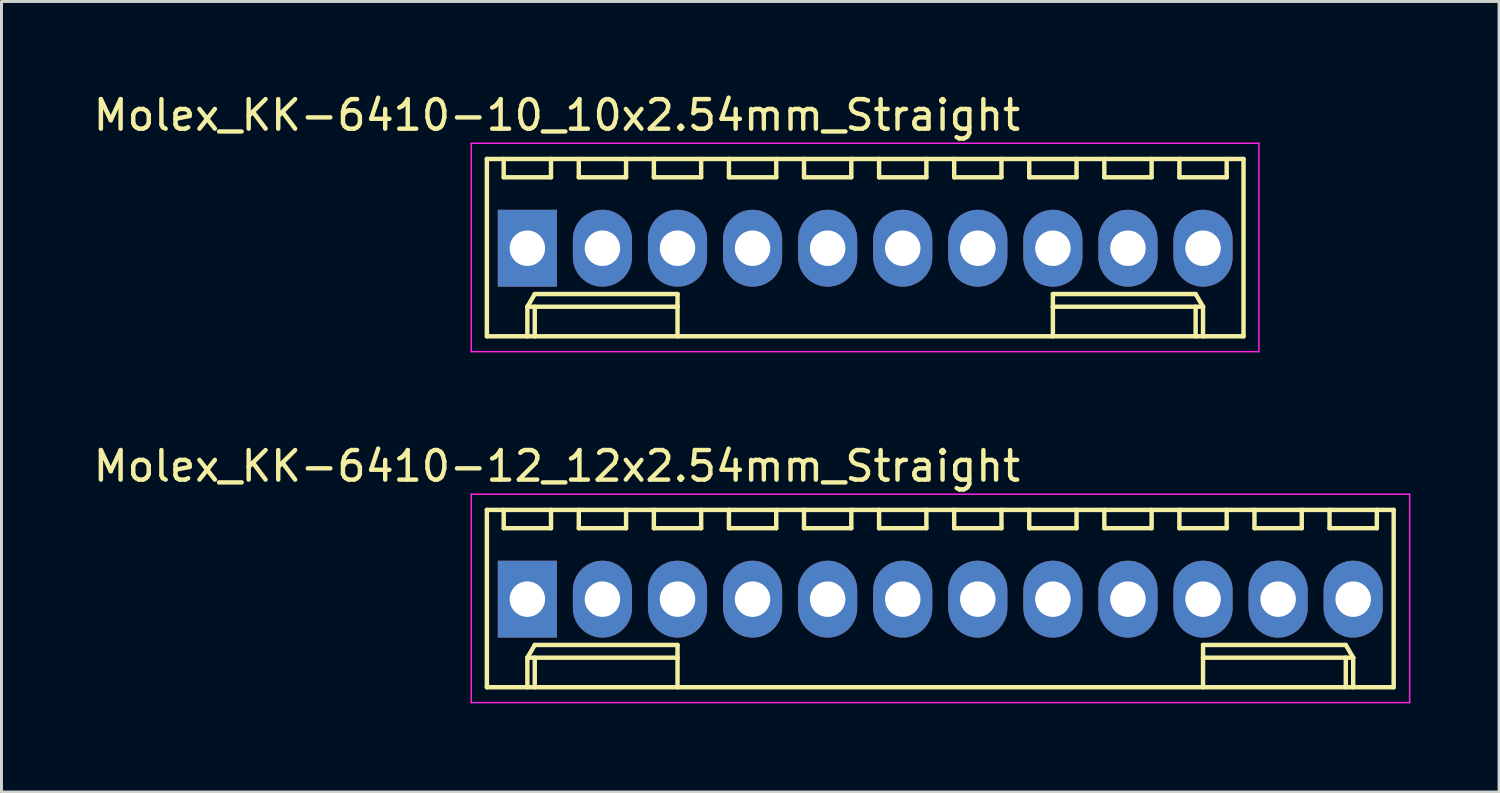
<source format=kicad_pcb>
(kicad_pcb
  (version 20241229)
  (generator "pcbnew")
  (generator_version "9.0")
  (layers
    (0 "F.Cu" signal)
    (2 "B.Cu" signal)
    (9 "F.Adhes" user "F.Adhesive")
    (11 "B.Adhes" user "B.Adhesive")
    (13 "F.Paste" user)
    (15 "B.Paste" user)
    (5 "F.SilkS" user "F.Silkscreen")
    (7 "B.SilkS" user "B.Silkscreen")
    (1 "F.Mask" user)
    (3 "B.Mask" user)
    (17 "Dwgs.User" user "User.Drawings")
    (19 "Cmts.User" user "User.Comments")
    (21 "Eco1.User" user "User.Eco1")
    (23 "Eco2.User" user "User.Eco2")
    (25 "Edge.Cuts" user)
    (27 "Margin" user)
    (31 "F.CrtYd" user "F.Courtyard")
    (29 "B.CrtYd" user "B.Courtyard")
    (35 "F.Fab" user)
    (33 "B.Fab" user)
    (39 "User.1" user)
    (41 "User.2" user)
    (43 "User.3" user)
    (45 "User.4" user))
  (footprint "Molex_KK-6410-12_12x2.54mm_Straight"
    (layer "F.Cu")
    (at 14.792 17.221)
    (property "Reference" "Molex_KK-6410-12_12x2.54mm_Straight" (at 1 -4.5 0) (layer "F.SilkS") (effects (font (size 1 1) (thickness 0.15))))
    (attr through_hole)
    (fp_line (start -1.37 -3.02) (end -1.37 2.98) (stroke (width 0.15) (type solid)) (layer "F.SilkS"))
    (fp_line (start -1.37 2.98) (end 29.31 2.98) (stroke (width 0.15) (type solid)) (layer "F.SilkS"))
    (fp_line (start -0.8 -3.02) (end -0.8 -2.4) (stroke (width 0.15) (type solid)) (layer "F.SilkS"))
    (fp_line (start -0.8 -2.4) (end 0.8 -2.4) (stroke (width 0.15) (type solid)) (layer "F.SilkS"))
    (fp_line (start 0 1.98) (end 0.25 1.55) (stroke (width 0.15) (type solid)) (layer "F.SilkS"))
    (fp_line (start 0 1.98) (end 5.08 1.98) (stroke (width 0.15) (type solid)) (layer "F.SilkS"))
    (fp_line (start 0 2.98) (end 0 1.98) (stroke (width 0.15) (type solid)) (layer "F.SilkS"))
    (fp_line (start 0.25 1.55) (end 5.08 1.55) (stroke (width 0.15) (type solid)) (layer "F.SilkS"))
    (fp_line (start 0.25 2.98) (end 0.25 1.98) (stroke (width 0.15) (type solid)) (layer "F.SilkS"))
    (fp_line (start 0.8 -2.4) (end 0.8 -3.02) (stroke (width 0.15) (type solid)) (layer "F.SilkS"))
    (fp_line (start 1.74 -3.02) (end 1.74 -2.4) (stroke (width 0.15) (type solid)) (layer "F.SilkS"))
    (fp_line (start 1.74 -2.4) (end 3.34 -2.4) (stroke (width 0.15) (type solid)) (layer "F.SilkS"))
    (fp_line (start 3.34 -2.4) (end 3.34 -3.02) (stroke (width 0.15) (type solid)) (layer "F.SilkS"))
    (fp_line (start 4.28 -3.02) (end 4.28 -2.4) (stroke (width 0.15) (type solid)) (layer "F.SilkS"))
    (fp_line (start 4.28 -2.4) (end 5.88 -2.4) (stroke (width 0.15) (type solid)) (layer "F.SilkS"))
    (fp_line (start 5.08 1.55) (end 5.08 1.98) (stroke (width 0.15) (type solid)) (layer "F.SilkS"))
    (fp_line (start 5.08 1.98) (end 5.08 2.98) (stroke (width 0.15) (type solid)) (layer "F.SilkS"))
    (fp_line (start 5.88 -2.4) (end 5.88 -3.02) (stroke (width 0.15) (type solid)) (layer "F.SilkS"))
    (fp_line (start 6.82 -3.02) (end 6.82 -2.4) (stroke (width 0.15) (type solid)) (layer "F.SilkS"))
    (fp_line (start 6.82 -2.4) (end 8.42 -2.4) (stroke (width 0.15) (type solid)) (layer "F.SilkS"))
    (fp_line (start 8.42 -2.4) (end 8.42 -3.02) (stroke (width 0.15) (type solid)) (layer "F.SilkS"))
    (fp_line (start 9.36 -3.02) (end 9.36 -2.4) (stroke (width 0.15) (type solid)) (layer "F.SilkS"))
    (fp_line (start 9.36 -2.4) (end 10.96 -2.4) (stroke (width 0.15) (type solid)) (layer "F.SilkS"))
    (fp_line (start 10.96 -2.4) (end 10.96 -3.02) (stroke (width 0.15) (type solid)) (layer "F.SilkS"))
    (fp_line (start 11.9 -3.02) (end 11.9 -2.4) (stroke (width 0.15) (type solid)) (layer "F.SilkS"))
    (fp_line (start 11.9 -2.4) (end 13.5 -2.4) (stroke (width 0.15) (type solid)) (layer "F.SilkS"))
    (fp_line (start 13.5 -2.4) (end 13.5 -3.02) (stroke (width 0.15) (type solid)) (layer "F.SilkS"))
    (fp_line (start 14.44 -3.02) (end 14.44 -2.4) (stroke (width 0.15) (type solid)) (layer "F.SilkS"))
    (fp_line (start 14.44 -2.4) (end 16.04 -2.4) (stroke (width 0.15) (type solid)) (layer "F.SilkS"))
    (fp_line (start 16.04 -2.4) (end 16.04 -3.02) (stroke (width 0.15) (type solid)) (layer "F.SilkS"))
    (fp_line (start 16.98 -3.02) (end 16.98 -2.4) (stroke (width 0.15) (type solid)) (layer "F.SilkS"))
    (fp_line (start 16.98 -2.4) (end 18.58 -2.4) (stroke (width 0.15) (type solid)) (layer "F.SilkS"))
    (fp_line (start 18.58 -2.4) (end 18.58 -3.02) (stroke (width 0.15) (type solid)) (layer "F.SilkS"))
    (fp_line (start 19.52 -3.02) (end 19.52 -2.4) (stroke (width 0.15) (type solid)) (layer "F.SilkS"))
    (fp_line (start 19.52 -2.4) (end 21.12 -2.4) (stroke (width 0.15) (type solid)) (layer "F.SilkS"))
    (fp_line (start 21.12 -2.4) (end 21.12 -3.02) (stroke (width 0.15) (type solid)) (layer "F.SilkS"))
    (fp_line (start 22.06 -3.02) (end 22.06 -2.4) (stroke (width 0.15) (type solid)) (layer "F.SilkS"))
    (fp_line (start 22.06 -2.4) (end 23.66 -2.4) (stroke (width 0.15) (type solid)) (layer "F.SilkS"))
    (fp_line (start 22.86 1.55) (end 22.86 1.98) (stroke (width 0.15) (type solid)) (layer "F.SilkS"))
    (fp_line (start 22.86 1.98) (end 22.86 2.98) (stroke (width 0.15) (type solid)) (layer "F.SilkS"))
    (fp_line (start 23.66 -2.4) (end 23.66 -3.02) (stroke (width 0.15) (type solid)) (layer "F.SilkS"))
    (fp_line (start 24.6 -3.02) (end 24.6 -2.4) (stroke (width 0.15) (type solid)) (layer "F.SilkS"))
    (fp_line (start 24.6 -2.4) (end 26.2 -2.4) (stroke (width 0.15) (type solid)) (layer "F.SilkS"))
    (fp_line (start 26.2 -2.4) (end 26.2 -3.02) (stroke (width 0.15) (type solid)) (layer "F.SilkS"))
    (fp_line (start 27.14 -3.02) (end 27.14 -2.4) (stroke (width 0.15) (type solid)) (layer "F.SilkS"))
    (fp_line (start 27.14 -2.4) (end 28.74 -2.4) (stroke (width 0.15) (type solid)) (layer "F.SilkS"))
    (fp_line (start 27.69 1.55) (end 22.86 1.55) (stroke (width 0.15) (type solid)) (layer "F.SilkS"))
    (fp_line (start 27.69 2.98) (end 27.69 1.98) (stroke (width 0.15) (type solid)) (layer "F.SilkS"))
    (fp_line (start 27.94 1.98) (end 22.86 1.98) (stroke (width 0.15) (type solid)) (layer "F.SilkS"))
    (fp_line (start 27.94 1.98) (end 27.69 1.55) (stroke (width 0.15) (type solid)) (layer "F.SilkS"))
    (fp_line (start 27.94 2.98) (end 27.94 1.98) (stroke (width 0.15) (type solid)) (layer "F.SilkS"))
    (fp_line (start 28.74 -2.4) (end 28.74 -3.02) (stroke (width 0.15) (type solid)) (layer "F.SilkS"))
    (fp_line (start 29.31 -3.02) (end -1.37 -3.02) (stroke (width 0.15) (type solid)) (layer "F.SilkS"))
    (fp_line (start 29.31 2.98) (end 29.31 -3.02) (stroke (width 0.15) (type solid)) (layer "F.SilkS"))
    (fp_line (start -1.9 -3.55) (end 29.85 -3.55) (stroke (width 0.05) (type solid)) (layer "F.CrtYd"))
    (fp_line (start -1.9 3.5) (end -1.9 -3.55) (stroke (width 0.05) (type solid)) (layer "F.CrtYd"))
    (fp_line (start 29.85 -3.55) (end 29.85 3.5) (stroke (width 0.05) (type solid)) (layer "F.CrtYd"))
    (fp_line (start 29.85 3.5) (end -1.9 3.5) (stroke (width 0.05) (type solid)) (layer "F.CrtYd"))
    (pad "1" thru_hole rect (at 0 0) (size 2 2.6) (drill 1.2) (layers "*.Cu" "*.Mask"))
    (pad "2" thru_hole oval (at 2.54 0) (size 2 2.6) (drill 1.2) (layers "*.Cu" "*.Mask"))
    (pad "3" thru_hole oval (at 5.08 0) (size 2 2.6) (drill 1.2) (layers "*.Cu" "*.Mask"))
    (pad "4" thru_hole oval (at 7.62 0) (size 2 2.6) (drill 1.2) (layers "*.Cu" "*.Mask"))
    (pad "5" thru_hole oval (at 10.16 0) (size 2 2.6) (drill 1.2) (layers "*.Cu" "*.Mask"))
    (pad "6" thru_hole oval (at 12.7 0) (size 2 2.6) (drill 1.2) (layers "*.Cu" "*.Mask"))
    (pad "7" thru_hole oval (at 15.24 0) (size 2 2.6) (drill 1.2) (layers "*.Cu" "*.Mask"))
    (pad "8" thru_hole oval (at 17.78 0) (size 2 2.6) (drill 1.2) (layers "*.Cu" "*.Mask"))
    (pad "9" thru_hole oval (at 20.32 0) (size 2 2.6) (drill 1.2) (layers "*.Cu" "*.Mask"))
    (pad "10" thru_hole oval (at 22.86 0) (size 2 2.6) (drill 1.2) (layers "*.Cu" "*.Mask"))
    (pad "11" thru_hole oval (at 25.4 0) (size 2 2.6) (drill 1.2) (layers "*.Cu" "*.Mask"))
    (pad "12" thru_hole oval (at 27.94 0) (size 2 2.6) (drill 1.2) (layers "*.Cu" "*.Mask")))
  (footprint "Molex_KK-6410-10_10x2.54mm_Straight"
    (layer "F.Cu")
    (at 14.792 5.348)
    (property "Reference" "Molex_KK-6410-10_10x2.54mm_Straight" (at 1 -4.5 0) (layer "F.SilkS") (effects (font (size 1 1) (thickness 0.15))))
    (attr through_hole)
    (fp_line (start -1.37 -3.02) (end -1.37 2.98) (stroke (width 0.15) (type solid)) (layer "F.SilkS"))
    (fp_line (start -1.37 2.98) (end 24.23 2.98) (stroke (width 0.15) (type solid)) (layer "F.SilkS"))
    (fp_line (start -0.8 -3.02) (end -0.8 -2.4) (stroke (width 0.15) (type solid)) (layer "F.SilkS"))
    (fp_line (start -0.8 -2.4) (end 0.8 -2.4) (stroke (width 0.15) (type solid)) (layer "F.SilkS"))
    (fp_line (start 0 1.98) (end 0.25 1.55) (stroke (width 0.15) (type solid)) (layer "F.SilkS"))
    (fp_line (start 0 1.98) (end 5.08 1.98) (stroke (width 0.15) (type solid)) (layer "F.SilkS"))
    (fp_line (start 0 2.98) (end 0 1.98) (stroke (width 0.15) (type solid)) (layer "F.SilkS"))
    (fp_line (start 0.25 1.55) (end 5.08 1.55) (stroke (width 0.15) (type solid)) (layer "F.SilkS"))
    (fp_line (start 0.25 2.98) (end 0.25 1.98) (stroke (width 0.15) (type solid)) (layer "F.SilkS"))
    (fp_line (start 0.8 -2.4) (end 0.8 -3.02) (stroke (width 0.15) (type solid)) (layer "F.SilkS"))
    (fp_line (start 1.74 -3.02) (end 1.74 -2.4) (stroke (width 0.15) (type solid)) (layer "F.SilkS"))
    (fp_line (start 1.74 -2.4) (end 3.34 -2.4) (stroke (width 0.15) (type solid)) (layer "F.SilkS"))
    (fp_line (start 3.34 -2.4) (end 3.34 -3.02) (stroke (width 0.15) (type solid)) (layer "F.SilkS"))
    (fp_line (start 4.28 -3.02) (end 4.28 -2.4) (stroke (width 0.15) (type solid)) (layer "F.SilkS"))
    (fp_line (start 4.28 -2.4) (end 5.88 -2.4) (stroke (width 0.15) (type solid)) (layer "F.SilkS"))
    (fp_line (start 5.08 1.55) (end 5.08 1.98) (stroke (width 0.15) (type solid)) (layer "F.SilkS"))
    (fp_line (start 5.08 1.98) (end 5.08 2.98) (stroke (width 0.15) (type solid)) (layer "F.SilkS"))
    (fp_line (start 5.88 -2.4) (end 5.88 -3.02) (stroke (width 0.15) (type solid)) (layer "F.SilkS"))
    (fp_line (start 6.82 -3.02) (end 6.82 -2.4) (stroke (width 0.15) (type solid)) (layer "F.SilkS"))
    (fp_line (start 6.82 -2.4) (end 8.42 -2.4) (stroke (width 0.15) (type solid)) (layer "F.SilkS"))
    (fp_line (start 8.42 -2.4) (end 8.42 -3.02) (stroke (width 0.15) (type solid)) (layer "F.SilkS"))
    (fp_line (start 9.36 -3.02) (end 9.36 -2.4) (stroke (width 0.15) (type solid)) (layer "F.SilkS"))
    (fp_line (start 9.36 -2.4) (end 10.96 -2.4) (stroke (width 0.15) (type solid)) (layer "F.SilkS"))
    (fp_line (start 10.96 -2.4) (end 10.96 -3.02) (stroke (width 0.15) (type solid)) (layer "F.SilkS"))
    (fp_line (start 11.9 -3.02) (end 11.9 -2.4) (stroke (width 0.15) (type solid)) (layer "F.SilkS"))
    (fp_line (start 11.9 -2.4) (end 13.5 -2.4) (stroke (width 0.15) (type solid)) (layer "F.SilkS"))
    (fp_line (start 13.5 -2.4) (end 13.5 -3.02) (stroke (width 0.15) (type solid)) (layer "F.SilkS"))
    (fp_line (start 14.44 -3.02) (end 14.44 -2.4) (stroke (width 0.15) (type solid)) (layer "F.SilkS"))
    (fp_line (start 14.44 -2.4) (end 16.04 -2.4) (stroke (width 0.15) (type solid)) (layer "F.SilkS"))
    (fp_line (start 16.04 -2.4) (end 16.04 -3.02) (stroke (width 0.15) (type solid)) (layer "F.SilkS"))
    (fp_line (start 16.98 -3.02) (end 16.98 -2.4) (stroke (width 0.15) (type solid)) (layer "F.SilkS"))
    (fp_line (start 16.98 -2.4) (end 18.58 -2.4) (stroke (width 0.15) (type solid)) (layer "F.SilkS"))
    (fp_line (start 17.78 1.55) (end 17.78 1.98) (stroke (width 0.15) (type solid)) (layer "F.SilkS"))
    (fp_line (start 17.78 1.98) (end 17.78 2.98) (stroke (width 0.15) (type solid)) (layer "F.SilkS"))
    (fp_line (start 18.58 -2.4) (end 18.58 -3.02) (stroke (width 0.15) (type solid)) (layer "F.SilkS"))
    (fp_line (start 19.52 -3.02) (end 19.52 -2.4) (stroke (width 0.15) (type solid)) (layer "F.SilkS"))
    (fp_line (start 19.52 -2.4) (end 21.12 -2.4) (stroke (width 0.15) (type solid)) (layer "F.SilkS"))
    (fp_line (start 21.12 -2.4) (end 21.12 -3.02) (stroke (width 0.15) (type solid)) (layer "F.SilkS"))
    (fp_line (start 22.06 -3.02) (end 22.06 -2.4) (stroke (width 0.15) (type solid)) (layer "F.SilkS"))
    (fp_line (start 22.06 -2.4) (end 23.66 -2.4) (stroke (width 0.15) (type solid)) (layer "F.SilkS"))
    (fp_line (start 22.61 1.55) (end 17.78 1.55) (stroke (width 0.15) (type solid)) (layer "F.SilkS"))
    (fp_line (start 22.61 2.98) (end 22.61 1.98) (stroke (width 0.15) (type solid)) (layer "F.SilkS"))
    (fp_line (start 22.86 1.98) (end 17.78 1.98) (stroke (width 0.15) (type solid)) (layer "F.SilkS"))
    (fp_line (start 22.86 1.98) (end 22.61 1.55) (stroke (width 0.15) (type solid)) (layer "F.SilkS"))
    (fp_line (start 22.86 2.98) (end 22.86 1.98) (stroke (width 0.15) (type solid)) (layer "F.SilkS"))
    (fp_line (start 23.66 -2.4) (end 23.66 -3.02) (stroke (width 0.15) (type solid)) (layer "F.SilkS"))
    (fp_line (start 24.23 -3.02) (end -1.37 -3.02) (stroke (width 0.15) (type solid)) (layer "F.SilkS"))
    (fp_line (start 24.23 2.98) (end 24.23 -3.02) (stroke (width 0.15) (type solid)) (layer "F.SilkS"))
    (fp_line (start -1.9 -3.55) (end 24.75 -3.55) (stroke (width 0.05) (type solid)) (layer "F.CrtYd"))
    (fp_line (start -1.9 3.5) (end -1.9 -3.55) (stroke (width 0.05) (type solid)) (layer "F.CrtYd"))
    (fp_line (start 24.75 -3.55) (end 24.75 3.5) (stroke (width 0.05) (type solid)) (layer "F.CrtYd"))
    (fp_line (start 24.75 3.5) (end -1.9 3.5) (stroke (width 0.05) (type solid)) (layer "F.CrtYd"))
    (pad "1" thru_hole rect (at 0 0) (size 2 2.6) (drill 1.2) (layers "*.Cu" "*.Mask"))
    (pad "2" thru_hole oval (at 2.54 0) (size 2 2.6) (drill 1.2) (layers "*.Cu" "*.Mask"))
    (pad "3" thru_hole oval (at 5.08 0) (size 2 2.6) (drill 1.2) (layers "*.Cu" "*.Mask"))
    (pad "4" thru_hole oval (at 7.62 0) (size 2 2.6) (drill 1.2) (layers "*.Cu" "*.Mask"))
    (pad "5" thru_hole oval (at 10.16 0) (size 2 2.6) (drill 1.2) (layers "*.Cu" "*.Mask"))
    (pad "6" thru_hole oval (at 12.7 0) (size 2 2.6) (drill 1.2) (layers "*.Cu" "*.Mask"))
    (pad "7" thru_hole oval (at 15.24 0) (size 2 2.6) (drill 1.2) (layers "*.Cu" "*.Mask"))
    (pad "8" thru_hole oval (at 17.78 0) (size 2 2.6) (drill 1.2) (layers "*.Cu" "*.Mask"))
    (pad "9" thru_hole oval (at 20.32 0) (size 2 2.6) (drill 1.2) (layers "*.Cu" "*.Mask"))
    (pad "10" thru_hole oval (at 22.86 0) (size 2 2.6) (drill 1.2) (layers "*.Cu" "*.Mask")))
  (gr_rect
    (start -3 -3)
    (end 47.667 23.747)
    (stroke (width 0.1) (type default))
    (fill no)
    (layer "Edge.Cuts")))
</source>
